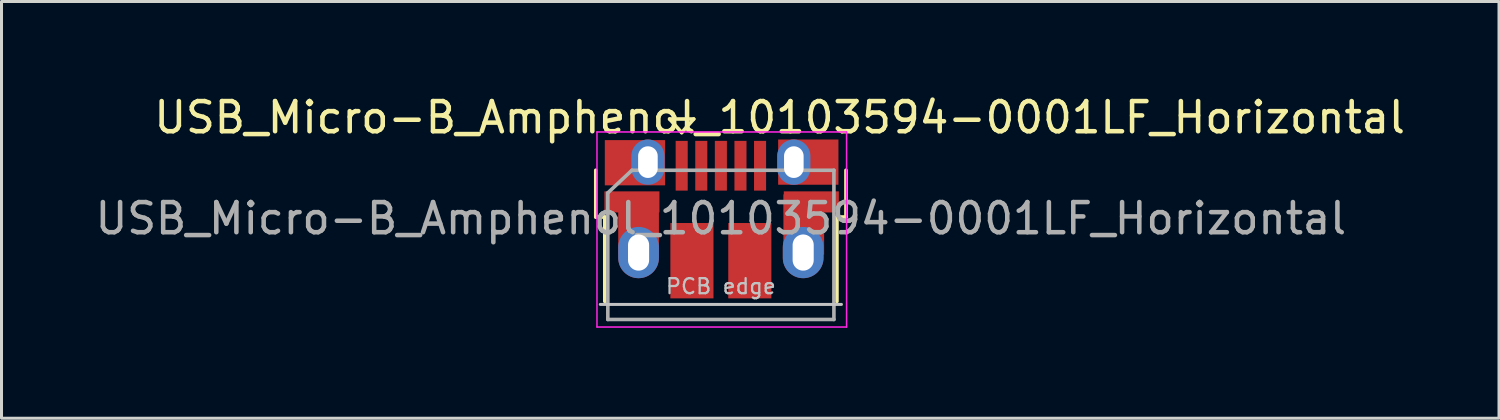
<source format=kicad_pcb>
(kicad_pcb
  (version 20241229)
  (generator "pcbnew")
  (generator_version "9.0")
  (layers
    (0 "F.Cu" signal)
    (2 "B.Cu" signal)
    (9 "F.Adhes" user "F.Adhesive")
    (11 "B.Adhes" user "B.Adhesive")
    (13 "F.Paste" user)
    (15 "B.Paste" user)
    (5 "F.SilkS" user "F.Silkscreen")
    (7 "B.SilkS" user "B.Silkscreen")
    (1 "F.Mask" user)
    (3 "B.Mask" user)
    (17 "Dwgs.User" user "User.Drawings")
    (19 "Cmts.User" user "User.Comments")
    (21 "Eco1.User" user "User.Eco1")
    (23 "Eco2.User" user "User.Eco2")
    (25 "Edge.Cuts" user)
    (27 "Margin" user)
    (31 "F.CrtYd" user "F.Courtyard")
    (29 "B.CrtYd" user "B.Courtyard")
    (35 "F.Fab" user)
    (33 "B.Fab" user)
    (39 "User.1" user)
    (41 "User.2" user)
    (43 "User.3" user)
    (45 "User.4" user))
  (footprint "USB_Micro-B_Amphenol_10103594-0001LF_Horizontal"
    (layer "F.Cu")
    (at 20.888 4.213)
    (property "Reference" "USB_Micro-B_Amphenol_10103594-0001LF_Horizontal" (at 1.925 -3.365 0) (layer "F.SilkS") (effects (font (size 1 1) (thickness 0.15))))
    (attr smd)
    (fp_line (start -4.175 -0.065) (end -4.175 -1.615) (stroke (width 0.12) (type solid)) (layer "F.SilkS"))
    (fp_line (start -4.175 -0.065) (end -3.875 -0.065) (stroke (width 0.12) (type solid)) (layer "F.SilkS"))
    (fp_line (start -3.875 2.735) (end -3.875 -0.065) (stroke (width 0.12) (type solid)) (layer "F.SilkS"))
    (fp_line (start -1.725 -3.315) (end -0.925 -3.315) (stroke (width 0.12) (type solid)) (layer "F.SilkS"))
    (fp_line (start -1.325 -2.865) (end -1.725 -3.315) (stroke (width 0.12) (type solid)) (layer "F.SilkS"))
    (fp_line (start -0.925 -3.315) (end -1.325 -2.865) (stroke (width 0.12) (type solid)) (layer "F.SilkS"))
    (fp_line (start 3.825 -0.065) (end 4.125 -0.065) (stroke (width 0.12) (type solid)) (layer "F.SilkS"))
    (fp_line (start 3.825 2.735) (end 3.825 -0.065) (stroke (width 0.12) (type solid)) (layer "F.SilkS"))
    (fp_line (start 4.125 -0.065) (end 4.125 -1.615) (stroke (width 0.12) (type solid)) (layer "F.SilkS"))
    (fp_line (start -4.025 2.835) (end 3.975 2.835) (stroke (width 0.1) (type solid)) (layer "Dwgs.User"))
    (fp_line (start -4.135 -2.885) (end -4.135 3.585) (stroke (width 0.05) (type solid)) (layer "F.CrtYd"))
    (fp_line (start -4.135 -2.885) (end 4.145 -2.885) (stroke (width 0.05) (type solid)) (layer "F.CrtYd"))
    (fp_line (start 4.145 3.585) (end -4.135 3.585) (stroke (width 0.05) (type solid)) (layer "F.CrtYd"))
    (fp_line (start 4.145 3.585) (end 4.145 -2.885) (stroke (width 0.05) (type solid)) (layer "F.CrtYd"))
    (fp_line (start -3.775 -0.865) (end -2.975 -1.615) (stroke (width 0.12) (type solid)) (layer "F.Fab"))
    (fp_line (start -3.775 3.335) (end -3.775 -0.865) (stroke (width 0.12) (type solid)) (layer "F.Fab"))
    (fp_line (start -2.975 -1.615) (end 3.725 -1.615) (stroke (width 0.12) (type solid)) (layer "F.Fab"))
    (fp_line (start 3.725 -1.615) (end 3.725 3.335) (stroke (width 0.12) (type solid)) (layer "F.Fab"))
    (fp_line (start 3.725 3.335) (end -3.775 3.335) (stroke (width 0.12) (type solid)) (layer "F.Fab"))
    (fp_text user "PCB edge" (at -0.025 2.235 0) (layer "Dwgs.User") (effects (font (size 0.5 0.5) (thickness 0.075))))
    (fp_text user "${REFERENCE}" (at -0.025 -0.015 0) (layer "F.Fab") (effects (font (size 1 1) (thickness 0.15))))
    (pad "1" smd rect (at -1.325 -1.765 90) (size 1.65 0.4) (layers "F.Cu" "F.Mask" "F.Paste"))
    (pad "2" smd rect (at -0.675 -1.765 90) (size 1.65 0.4) (layers "F.Cu" "F.Mask" "F.Paste"))
    (pad "3" smd rect (at -0.025 -1.765 90) (size 1.65 0.4) (layers "F.Cu" "F.Mask" "F.Paste"))
    (pad "4" smd rect (at 0.625 -1.765 90) (size 1.65 0.4) (layers "F.Cu" "F.Mask" "F.Paste"))
    (pad "5" smd rect (at 1.275 -1.765 90) (size 1.65 0.4) (layers "F.Cu" "F.Mask" "F.Paste"))
    (pad "6" smd rect (at -2.975 -0.565) (size 1.825 0.7) (layers "F.Cu" "F.Mask" "F.Paste"))
    (pad "6" smd rect (at -2.875 -1.865) (size 2 1.5) (layers "F.Cu" "F.Mask" "F.Paste"))
    (pad "6" smd rect (at -2.755 0.185) (size 1.35 2) (layers "F.Cu" "F.Mask" "F.Paste"))
    (pad "6" thru_hole oval (at -2.755 1.115 90) (size 1.7 1.35) (drill oval 1.2 0.7) (layers "*.Cu" "*.Mask"))
    (pad "6" thru_hole oval (at -2.445 -1.885 90) (size 1.5 1.1) (drill oval 1.05 0.65) (layers "*.Cu" "*.Mask"))
    (pad "6" smd rect (at -0.985 1.385 90) (size 2.5 1.43) (layers "F.Cu" "F.Mask" "F.Paste"))
    (pad "6" smd rect (at 0.935 1.385 90) (size 2.5 1.43) (layers "F.Cu" "F.Mask" "F.Paste"))
    (pad "6" thru_hole oval (at 2.395 -1.885 90) (size 1.5 1.1) (drill oval 1.05 0.65) (layers "*.Cu" "*.Mask"))
    (pad "6" thru_hole oval (at 2.705 1.115 90) (size 1.7 1.35) (drill oval 1.2 0.7) (layers "*.Cu" "*.Mask"))
    (pad "6" smd rect (at 2.725 0.185) (size 1.35 2) (layers "F.Cu" "F.Mask" "F.Paste"))
    (pad "6" smd rect (at 2.875 -1.885) (size 2 1.5) (layers "F.Cu" "F.Mask" "F.Paste"))
    (pad "6" smd rect (at 2.975 -0.565) (size 1.825 0.7) (layers "F.Cu" "F.Mask" "F.Paste")))
  (gr_rect
    (start -3 -3)
    (end 46.676 10.823)
    (stroke (width 0.1) (type default))
    (fill no)
    (layer "Edge.Cuts")))
</source>
